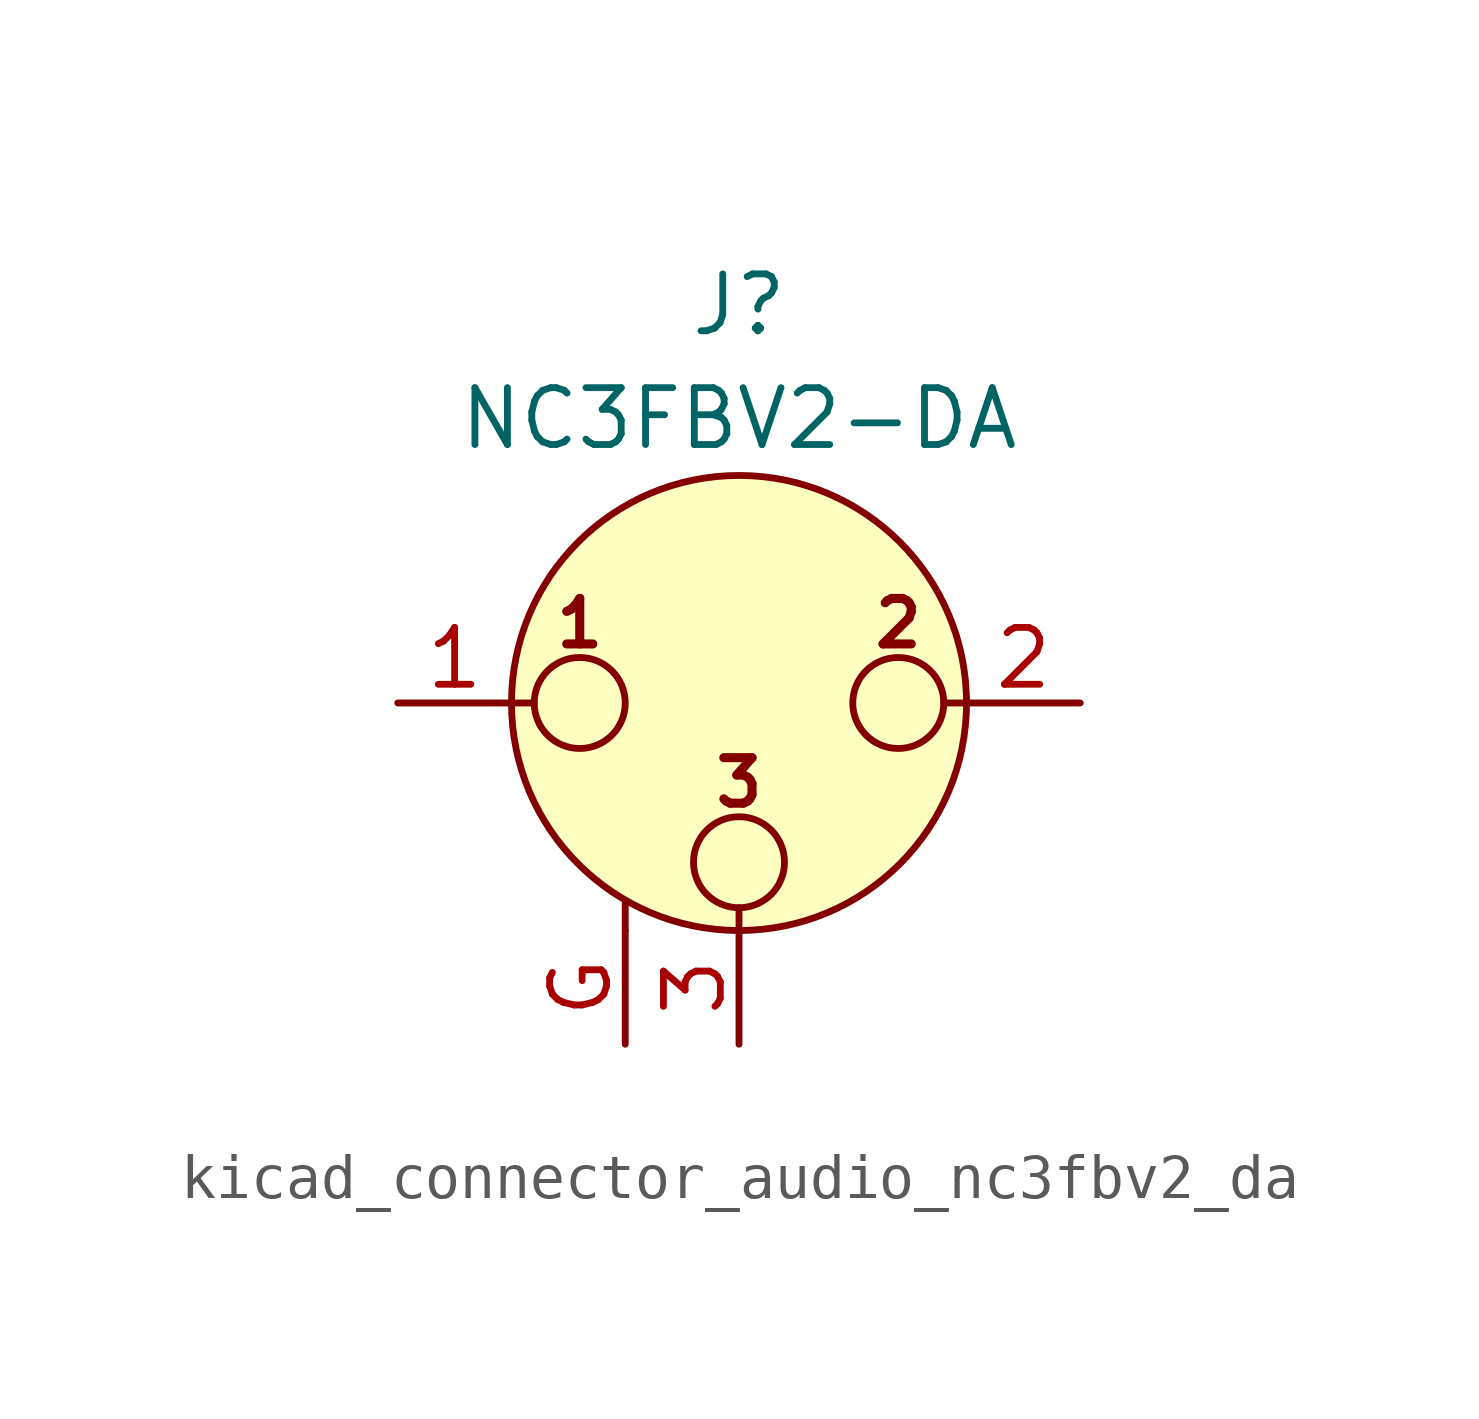
<source format=kicad_sym>
(kicad_symbol_lib
  (version 20220914)
  (generator kicad_symbol_editor)
  (symbol "kicad_connector_audio_nc3fbv2_da"
    (pin_names hide)
    (property "Reference" "J"
      (at 0 8.89 0)
      (effects (font (size 1.27 1.27))))
    (property "Value" "NC3FBV2-DA"
      (at 0 6.35 0)
      (effects (font (size 1.27 1.27))))
    (symbol "kicad_connector_audio_nc3fbv2_da_0_1"
      (circle (center -3.556 0) (radius 1.016) (stroke (width 0) (type default)) (fill (type none)))
      (circle (center 0 -3.556) (radius 1.016) (stroke (width 0) (type default)) (fill (type none)))
      (polyline (pts (xy -5.08 0) (xy -4.572 0)) (stroke (width 0) (type default)) (fill (type none)))
      (polyline (pts (xy -2.54 -5.08) (xy -2.54 -4.445)) (stroke (width 0) (type default)) (fill (type none)))
      (polyline (pts (xy 0 -5.08) (xy 0 -4.572)) (stroke (width 0) (type default)) (fill (type none)))
      (polyline (pts (xy 5.08 0) (xy 4.572 0)) (stroke (width 0) (type default)) (fill (type none)))
      (circle (center 0 0) (radius 5.08) (stroke (width 0) (type default)) (fill (type background)))
      (circle (center 3.556 0) (radius 1.016) (stroke (width 0) (type default)) (fill (type none)))
      (text "1" (at -3.556 1.778 0) (effects (font (size 1.016 1.016) bold)))
      (text "2" (at 3.556 1.778 0) (effects (font (size 1.016 1.016) bold)))
      (text "3" (at 0 -1.778 0) (effects (font (size 1.016 1.016) bold)))
      (pin passive line (at -7.62 0 0) (length 2.54) (name "~" (effects (font (size 1.27 1.27)))) (number "1" (effects (font (size 1.27 1.27)))))
      (pin passive line (at 7.62 0 180) (length 2.54) (name "~" (effects (font (size 1.27 1.27)))) (number "2" (effects (font (size 1.27 1.27)))))
      (pin passive line (at 0 -7.62 90) (length 2.54) (name "~" (effects (font (size 1.27 1.27)))) (number "3" (effects (font (size 1.27 1.27))))))
    (symbol "kicad_connector_audio_nc3fbv2_da_1_1"
      (pin passive line (at -2.54 -7.62 90) (length 2.54) (name "~" (effects (font (size 1.27 1.27)))) (number "G" (effects (font (size 1.27 1.27))))))))
</source>
